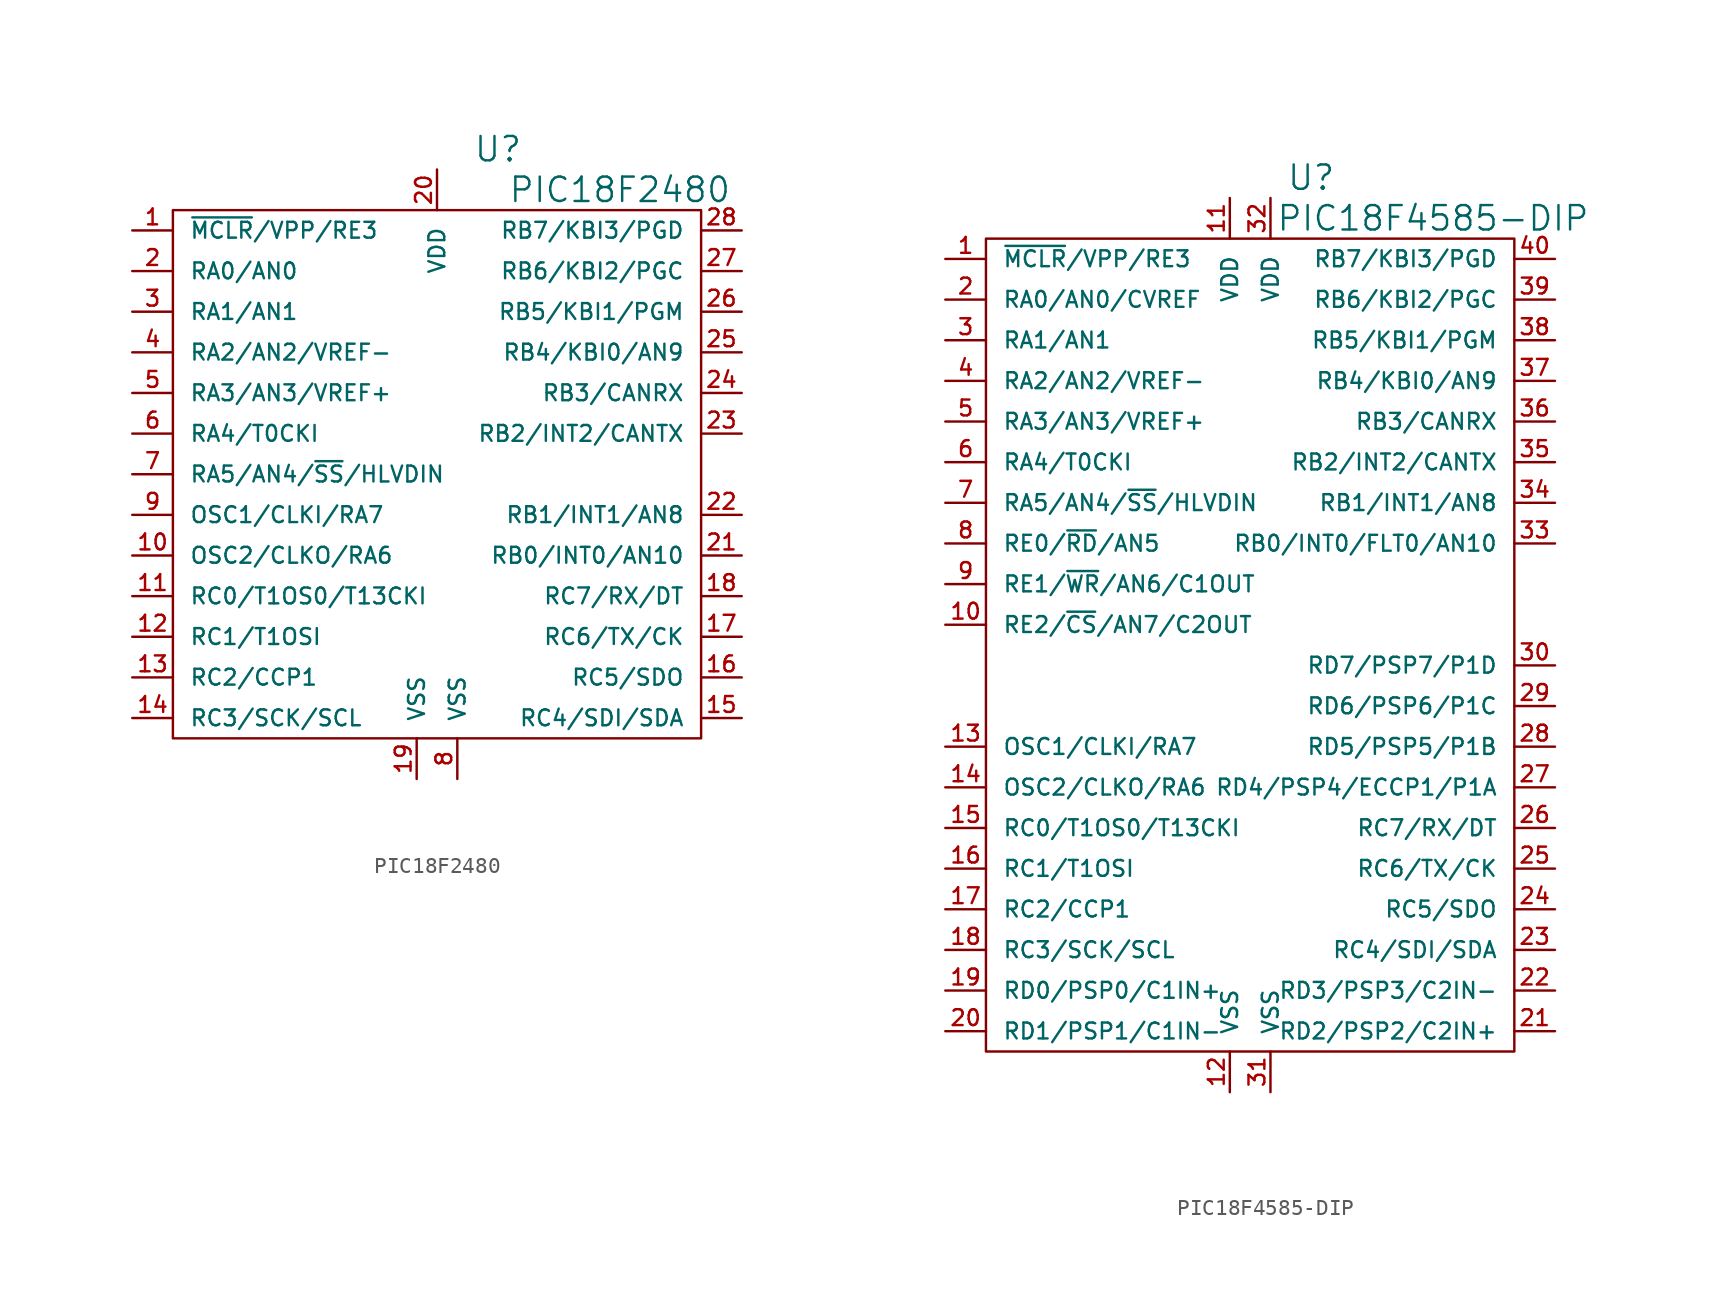
<source format=kicad_sym>
(kicad_symbol_lib
  (version 20220914)
  (generator kicad_symbol_editor)
  (symbol "PIC18F2480"
    (pin_names
      (offset 1.016))
    (property "Reference" "U"
      (at 3.81 21.59 0)
      (effects (font (size 1.524 1.524))))
    (property "Value" "PIC18F2480"
      (at 11.43 19.05 0)
      (effects (font (size 1.524 1.524))))
    (property "Footprint" ""
      (at 0 0 0)
      (effects (font (size 1.524 1.524))))
    (property "Datasheet" ""
      (at 0 0 0)
      (effects (font (size 1.524 1.524))))
    (symbol "PIC18F2480_0_1"
      (rectangle (start -16.51 17.78) (end 16.51 -15.24) (stroke (width 0) (type solid)) (fill (type none))))
    (symbol "PIC18F2480_1_1"
      (pin passive line (at -19.05 16.51 0) (length 2.54) (name "~{MCLR}/VPP/RE3" (effects (font (size 0.991 0.991)))) (number "1" (effects (font (size 0.991 0.991)))))
      (pin passive line (at -19.05 -3.81 0) (length 2.54) (name "OSC2/CLKO/RA6" (effects (font (size 0.991 0.991)))) (number "10" (effects (font (size 0.991 0.991)))))
      (pin passive line (at -19.05 -6.35 0) (length 2.54) (name "RC0/T1OS0/T13CKI" (effects (font (size 0.991 0.991)))) (number "11" (effects (font (size 0.991 0.991)))))
      (pin passive line (at -19.05 -8.89 0) (length 2.54) (name "RC1/T1OSI" (effects (font (size 0.991 0.991)))) (number "12" (effects (font (size 0.991 0.991)))))
      (pin passive line (at -19.05 -11.43 0) (length 2.54) (name "RC2/CCP1" (effects (font (size 0.991 0.991)))) (number "13" (effects (font (size 0.991 0.991)))))
      (pin passive line (at -19.05 -13.97 0) (length 2.54) (name "RC3/SCK/SCL" (effects (font (size 0.991 0.991)))) (number "14" (effects (font (size 0.991 0.991)))))
      (pin passive line (at 19.05 -13.97 180) (length 2.54) (name "RC4/SDI/SDA" (effects (font (size 0.991 0.991)))) (number "15" (effects (font (size 0.991 0.991)))))
      (pin passive line (at 19.05 -11.43 180) (length 2.54) (name "RC5/SDO" (effects (font (size 0.991 0.991)))) (number "16" (effects (font (size 0.991 0.991)))))
      (pin passive line (at 19.05 -8.89 180) (length 2.54) (name "RC6/TX/CK" (effects (font (size 0.991 0.991)))) (number "17" (effects (font (size 0.991 0.991)))))
      (pin passive line (at 19.05 -6.35 180) (length 2.54) (name "RC7/RX/DT" (effects (font (size 0.991 0.991)))) (number "18" (effects (font (size 0.991 0.991)))))
      (pin passive line (at -1.27 -17.78 90) (length 2.54) (name "VSS" (effects (font (size 0.991 0.991)))) (number "19" (effects (font (size 0.991 0.991)))))
      (pin passive line (at -19.05 13.97 0) (length 2.54) (name "RA0/AN0" (effects (font (size 0.991 0.991)))) (number "2" (effects (font (size 0.991 0.991)))))
      (pin passive line (at 0 20.32 270) (length 2.54) (name "VDD" (effects (font (size 0.991 0.991)))) (number "20" (effects (font (size 0.991 0.991)))))
      (pin passive line (at 19.05 -3.81 180) (length 2.54) (name "RB0/INT0/AN10" (effects (font (size 0.991 0.991)))) (number "21" (effects (font (size 0.991 0.991)))))
      (pin passive line (at 19.05 -1.27 180) (length 2.54) (name "RB1/INT1/AN8" (effects (font (size 0.991 0.991)))) (number "22" (effects (font (size 0.991 0.991)))))
      (pin passive line (at 19.05 3.81 180) (length 2.54) (name "RB2/INT2/CANTX" (effects (font (size 0.991 0.991)))) (number "23" (effects (font (size 0.991 0.991)))))
      (pin passive line (at 19.05 6.35 180) (length 2.54) (name "RB3/CANRX" (effects (font (size 0.991 0.991)))) (number "24" (effects (font (size 0.991 0.991)))))
      (pin passive line (at 19.05 8.89 180) (length 2.54) (name "RB4/KBI0/AN9" (effects (font (size 0.991 0.991)))) (number "25" (effects (font (size 0.991 0.991)))))
      (pin passive line (at 19.05 11.43 180) (length 2.54) (name "RB5/KBI1/PGM" (effects (font (size 0.991 0.991)))) (number "26" (effects (font (size 0.991 0.991)))))
      (pin passive line (at 19.05 13.97 180) (length 2.54) (name "RB6/KBI2/PGC" (effects (font (size 0.991 0.991)))) (number "27" (effects (font (size 0.991 0.991)))))
      (pin passive line (at 19.05 16.51 180) (length 2.54) (name "RB7/KBI3/PGD" (effects (font (size 0.991 0.991)))) (number "28" (effects (font (size 0.991 0.991)))))
      (pin passive line (at -19.05 11.43 0) (length 2.54) (name "RA1/AN1" (effects (font (size 0.991 0.991)))) (number "3" (effects (font (size 0.991 0.991)))))
      (pin passive line (at -19.05 8.89 0) (length 2.54) (name "RA2/AN2/VREF-" (effects (font (size 0.991 0.991)))) (number "4" (effects (font (size 0.991 0.991)))))
      (pin passive line (at -19.05 6.35 0) (length 2.54) (name "RA3/AN3/VREF+" (effects (font (size 0.991 0.991)))) (number "5" (effects (font (size 0.991 0.991)))))
      (pin passive line (at -19.05 3.81 0) (length 2.54) (name "RA4/T0CKI" (effects (font (size 0.991 0.991)))) (number "6" (effects (font (size 0.991 0.991)))))
      (pin passive line (at -19.05 1.27 0) (length 2.54) (name "RA5/AN4/~{SS}/HLVDIN" (effects (font (size 0.991 0.991)))) (number "7" (effects (font (size 0.991 0.991)))))
      (pin passive line (at 1.27 -17.78 90) (length 2.54) (name "VSS" (effects (font (size 0.991 0.991)))) (number "8" (effects (font (size 0.991 0.991)))))
      (pin passive line (at -19.05 -1.27 0) (length 2.54) (name "OSC1/CLKI/RA7" (effects (font (size 0.991 0.991)))) (number "9" (effects (font (size 0.991 0.991)))))))
  (symbol "PIC18F4585-DIP"
    (pin_names
      (offset 1.016))
    (property "Reference" "U"
      (at 3.81 29.21 0)
      (effects (font (size 1.524 1.524))))
    (property "Value" "PIC18F4585-DIP"
      (at 11.43 26.67 0)
      (effects (font (size 1.524 1.524))))
    (property "Footprint" ""
      (at 0 0 0)
      (effects (font (size 1.524 1.524))))
    (property "Datasheet" ""
      (at 0 0 0)
      (effects (font (size 1.524 1.524))))
    (symbol "PIC18F4585-DIP_0_1"
      (rectangle (start -16.51 25.4) (end 16.51 -25.4) (stroke (width 0) (type solid)) (fill (type none))))
    (symbol "PIC18F4585-DIP_1_1"
      (pin passive line (at -19.05 24.13 0) (length 2.54) (name "~{MCLR}/VPP/RE3" (effects (font (size 0.991 0.991)))) (number "1" (effects (font (size 0.991 0.991)))))
      (pin passive line (at -19.05 1.27 0) (length 2.54) (name "RE2/~{CS}/AN7/C2OUT" (effects (font (size 0.991 0.991)))) (number "10" (effects (font (size 0.991 0.991)))))
      (pin passive line (at -1.27 27.94 270) (length 2.54) (name "VDD" (effects (font (size 0.991 0.991)))) (number "11" (effects (font (size 0.991 0.991)))))
      (pin passive line (at -1.27 -27.94 90) (length 2.54) (name "VSS" (effects (font (size 0.991 0.991)))) (number "12" (effects (font (size 0.991 0.991)))))
      (pin passive line (at -19.05 -6.35 0) (length 2.54) (name "OSC1/CLKI/RA7" (effects (font (size 0.991 0.991)))) (number "13" (effects (font (size 0.991 0.991)))))
      (pin passive line (at -19.05 -8.89 0) (length 2.54) (name "OSC2/CLKO/RA6" (effects (font (size 0.991 0.991)))) (number "14" (effects (font (size 0.991 0.991)))))
      (pin passive line (at -19.05 -11.43 0) (length 2.54) (name "RC0/T1OS0/T13CKI" (effects (font (size 0.991 0.991)))) (number "15" (effects (font (size 0.991 0.991)))))
      (pin passive line (at -19.05 -13.97 0) (length 2.54) (name "RC1/T1OSI" (effects (font (size 0.991 0.991)))) (number "16" (effects (font (size 0.991 0.991)))))
      (pin passive line (at -19.05 -16.51 0) (length 2.54) (name "RC2/CCP1" (effects (font (size 0.991 0.991)))) (number "17" (effects (font (size 0.991 0.991)))))
      (pin passive line (at -19.05 -19.05 0) (length 2.54) (name "RC3/SCK/SCL" (effects (font (size 0.991 0.991)))) (number "18" (effects (font (size 0.991 0.991)))))
      (pin passive line (at -19.05 -21.59 0) (length 2.54) (name "RD0/PSP0/C1IN+" (effects (font (size 0.991 0.991)))) (number "19" (effects (font (size 0.991 0.991)))))
      (pin passive line (at -19.05 21.59 0) (length 2.54) (name "RA0/AN0/CVREF" (effects (font (size 0.991 0.991)))) (number "2" (effects (font (size 0.991 0.991)))))
      (pin passive line (at -19.05 -24.13 0) (length 2.54) (name "RD1/PSP1/C1IN-" (effects (font (size 0.991 0.991)))) (number "20" (effects (font (size 0.991 0.991)))))
      (pin passive line (at 19.05 -24.13 180) (length 2.54) (name "RD2/PSP2/C2IN+" (effects (font (size 0.991 0.991)))) (number "21" (effects (font (size 0.991 0.991)))))
      (pin passive line (at 19.05 -21.59 180) (length 2.54) (name "RD3/PSP3/C2IN-" (effects (font (size 0.991 0.991)))) (number "22" (effects (font (size 0.991 0.991)))))
      (pin passive line (at 19.05 -19.05 180) (length 2.54) (name "RC4/SDI/SDA" (effects (font (size 0.991 0.991)))) (number "23" (effects (font (size 0.991 0.991)))))
      (pin passive line (at 19.05 -16.51 180) (length 2.54) (name "RC5/SDO" (effects (font (size 0.991 0.991)))) (number "24" (effects (font (size 0.991 0.991)))))
      (pin passive line (at 19.05 -13.97 180) (length 2.54) (name "RC6/TX/CK" (effects (font (size 0.991 0.991)))) (number "25" (effects (font (size 0.991 0.991)))))
      (pin passive line (at 19.05 -11.43 180) (length 2.54) (name "RC7/RX/DT" (effects (font (size 0.991 0.991)))) (number "26" (effects (font (size 0.991 0.991)))))
      (pin passive line (at 19.05 -8.89 180) (length 2.54) (name "RD4/PSP4/ECCP1/P1A" (effects (font (size 0.991 0.991)))) (number "27" (effects (font (size 0.991 0.991)))))
      (pin passive line (at 19.05 -6.35 180) (length 2.54) (name "RD5/PSP5/P1B" (effects (font (size 0.991 0.991)))) (number "28" (effects (font (size 0.991 0.991)))))
      (pin passive line (at 19.05 -3.81 180) (length 2.54) (name "RD6/PSP6/P1C" (effects (font (size 0.991 0.991)))) (number "29" (effects (font (size 0.991 0.991)))))
      (pin passive line (at -19.05 19.05 0) (length 2.54) (name "RA1/AN1" (effects (font (size 0.991 0.991)))) (number "3" (effects (font (size 0.991 0.991)))))
      (pin passive line (at 19.05 -1.27 180) (length 2.54) (name "RD7/PSP7/P1D" (effects (font (size 0.991 0.991)))) (number "30" (effects (font (size 0.991 0.991)))))
      (pin passive line (at 1.27 -27.94 90) (length 2.54) (name "VSS" (effects (font (size 0.991 0.991)))) (number "31" (effects (font (size 0.991 0.991)))))
      (pin passive line (at 1.27 27.94 270) (length 2.54) (name "VDD" (effects (font (size 0.991 0.991)))) (number "32" (effects (font (size 0.991 0.991)))))
      (pin passive line (at 19.05 6.35 180) (length 2.54) (name "RB0/INT0/FLT0/AN10" (effects (font (size 0.991 0.991)))) (number "33" (effects (font (size 0.991 0.991)))))
      (pin passive line (at 19.05 8.89 180) (length 2.54) (name "RB1/INT1/AN8" (effects (font (size 0.991 0.991)))) (number "34" (effects (font (size 0.991 0.991)))))
      (pin passive line (at 19.05 11.43 180) (length 2.54) (name "RB2/INT2/CANTX" (effects (font (size 0.991 0.991)))) (number "35" (effects (font (size 0.991 0.991)))))
      (pin passive line (at 19.05 13.97 180) (length 2.54) (name "RB3/CANRX" (effects (font (size 0.991 0.991)))) (number "36" (effects (font (size 0.991 0.991)))))
      (pin passive line (at 19.05 16.51 180) (length 2.54) (name "RB4/KBI0/AN9" (effects (font (size 0.991 0.991)))) (number "37" (effects (font (size 0.991 0.991)))))
      (pin passive line (at 19.05 19.05 180) (length 2.54) (name "RB5/KBI1/PGM" (effects (font (size 0.991 0.991)))) (number "38" (effects (font (size 0.991 0.991)))))
      (pin passive line (at 19.05 21.59 180) (length 2.54) (name "RB6/KBI2/PGC" (effects (font (size 0.991 0.991)))) (number "39" (effects (font (size 0.991 0.991)))))
      (pin passive line (at -19.05 16.51 0) (length 2.54) (name "RA2/AN2/VREF-" (effects (font (size 0.991 0.991)))) (number "4" (effects (font (size 0.991 0.991)))))
      (pin passive line (at 19.05 24.13 180) (length 2.54) (name "RB7/KBI3/PGD" (effects (font (size 0.991 0.991)))) (number "40" (effects (font (size 0.991 0.991)))))
      (pin passive line (at -19.05 13.97 0) (length 2.54) (name "RA3/AN3/VREF+" (effects (font (size 0.991 0.991)))) (number "5" (effects (font (size 0.991 0.991)))))
      (pin passive line (at -19.05 11.43 0) (length 2.54) (name "RA4/T0CKI" (effects (font (size 0.991 0.991)))) (number "6" (effects (font (size 0.991 0.991)))))
      (pin passive line (at -19.05 8.89 0) (length 2.54) (name "RA5/AN4/~{SS}/HLVDIN" (effects (font (size 0.991 0.991)))) (number "7" (effects (font (size 0.991 0.991)))))
      (pin passive line (at -19.05 6.35 0) (length 2.54) (name "RE0/~{RD}/AN5" (effects (font (size 0.991 0.991)))) (number "8" (effects (font (size 0.991 0.991)))))
      (pin passive line (at -19.05 3.81 0) (length 2.54) (name "RE1/~{WR}/AN6/C1OUT" (effects (font (size 0.991 0.991)))) (number "9" (effects (font (size 0.991 0.991))))))))
</source>
